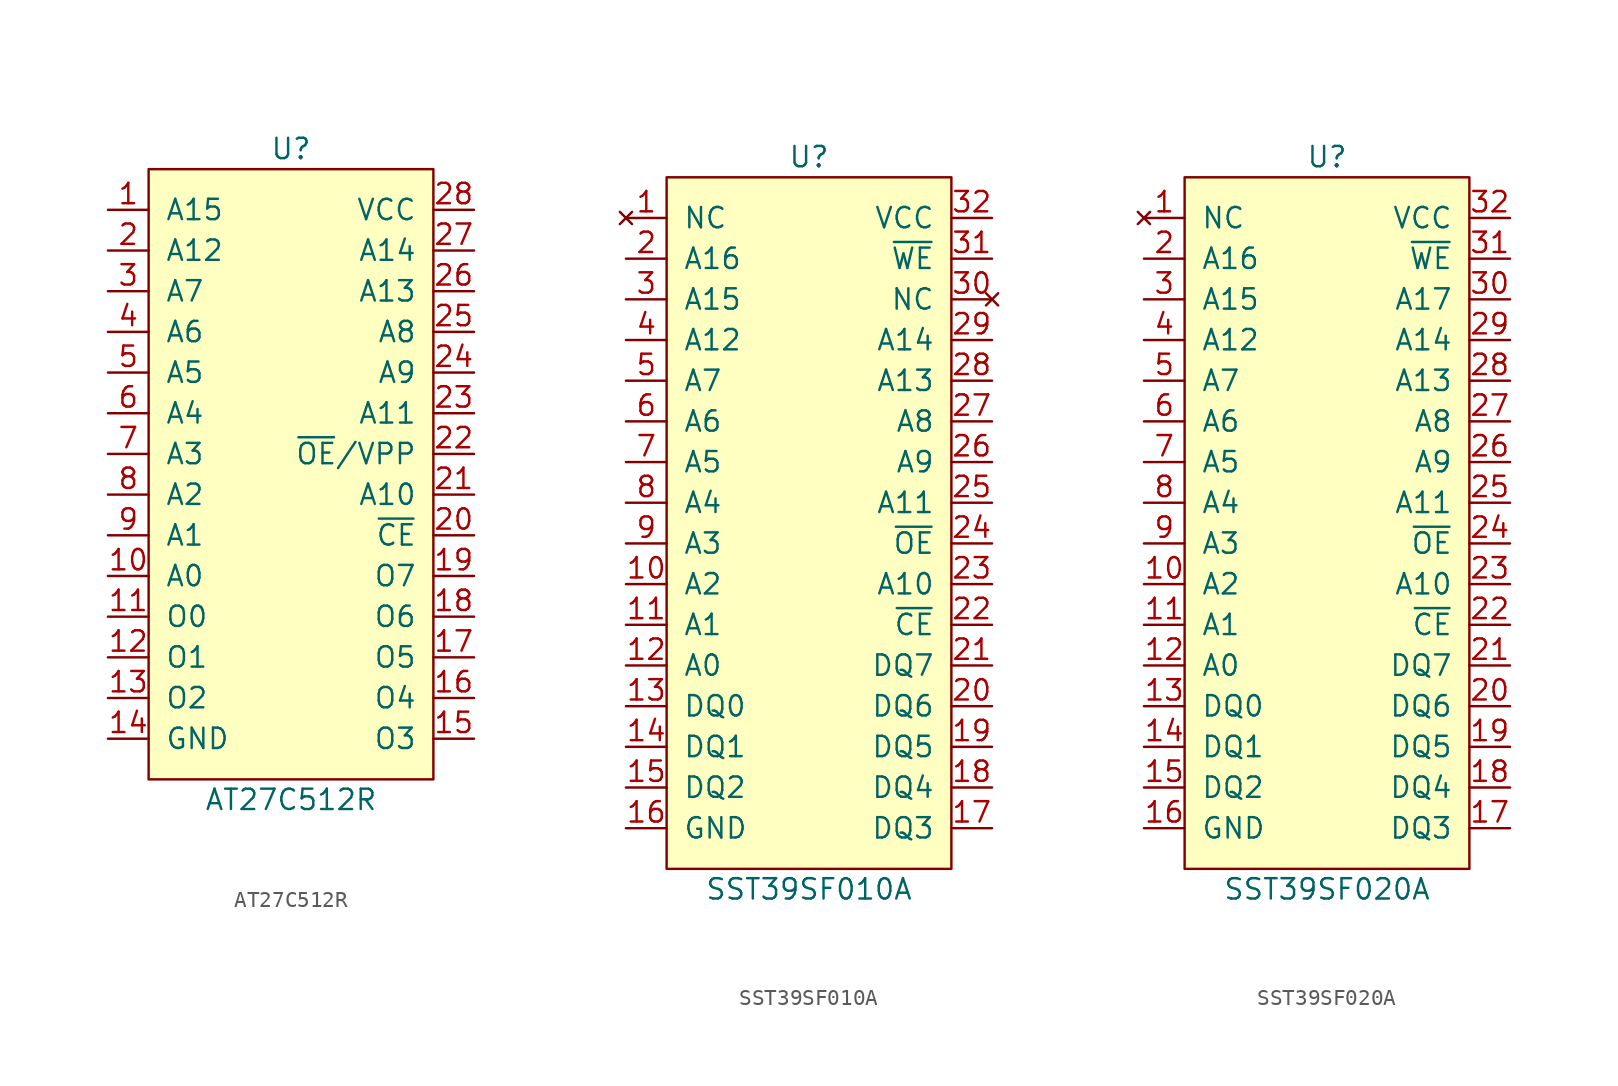
<source format=kicad_sym>
(kicad_symbol_lib
  (version 20211014)
  (generator kicad_symbol_editor)
  (symbol "AT27C512R"
    (pin_names
      (offset 1.016))
    (property "Reference" "U"
      (at 0 20.32 0)
      (effects (font (size 1.27 1.27))))
    (property "Value" "AT27C512R"
      (at 0 -20.32 0)
      (effects (font (size 1.27 1.27))))
    (symbol "AT27C512R_1_1"
      (rectangle (start -8.89 19.05) (end 8.89 -19.05) (stroke (width 0) (type default) (color 0 0 0 0)) (fill (type background)))
      (pin input line (at -11.43 16.51 0) (length 2.54) (name "A15" (effects (font (size 1.27 1.27)))) (number "1" (effects (font (size 1.27 1.27)))))
      (pin input line (at -11.43 -6.35 0) (length 2.54) (name "A0" (effects (font (size 1.27 1.27)))) (number "10" (effects (font (size 1.27 1.27)))))
      (pin output line (at -11.43 -8.89 0) (length 2.54) (name "O0" (effects (font (size 1.27 1.27)))) (number "11" (effects (font (size 1.27 1.27)))))
      (pin output line (at -11.43 -11.43 0) (length 2.54) (name "O1" (effects (font (size 1.27 1.27)))) (number "12" (effects (font (size 1.27 1.27)))))
      (pin output line (at -11.43 -13.97 0) (length 2.54) (name "O2" (effects (font (size 1.27 1.27)))) (number "13" (effects (font (size 1.27 1.27)))))
      (pin power_in line (at -11.43 -16.51 0) (length 2.54) (name "GND" (effects (font (size 1.27 1.27)))) (number "14" (effects (font (size 1.27 1.27)))))
      (pin output line (at 11.43 -16.51 180) (length 2.54) (name "O3" (effects (font (size 1.27 1.27)))) (number "15" (effects (font (size 1.27 1.27)))))
      (pin output line (at 11.43 -13.97 180) (length 2.54) (name "O4" (effects (font (size 1.27 1.27)))) (number "16" (effects (font (size 1.27 1.27)))))
      (pin output line (at 11.43 -11.43 180) (length 2.54) (name "O5" (effects (font (size 1.27 1.27)))) (number "17" (effects (font (size 1.27 1.27)))))
      (pin output line (at 11.43 -8.89 180) (length 2.54) (name "O6" (effects (font (size 1.27 1.27)))) (number "18" (effects (font (size 1.27 1.27)))))
      (pin output line (at 11.43 -6.35 180) (length 2.54) (name "O7" (effects (font (size 1.27 1.27)))) (number "19" (effects (font (size 1.27 1.27)))))
      (pin input line (at -11.43 13.97 0) (length 2.54) (name "A12" (effects (font (size 1.27 1.27)))) (number "2" (effects (font (size 1.27 1.27)))))
      (pin input line (at 11.43 -3.81 180) (length 2.54) (name "~{CE}" (effects (font (size 1.27 1.27)))) (number "20" (effects (font (size 1.27 1.27)))))
      (pin input line (at 11.43 -1.27 180) (length 2.54) (name "A10" (effects (font (size 1.27 1.27)))) (number "21" (effects (font (size 1.27 1.27)))))
      (pin input line (at 11.43 1.27 180) (length 2.54) (name "~{OE}/VPP" (effects (font (size 1.27 1.27)))) (number "22" (effects (font (size 1.27 1.27)))))
      (pin input line (at 11.43 3.81 180) (length 2.54) (name "A11" (effects (font (size 1.27 1.27)))) (number "23" (effects (font (size 1.27 1.27)))))
      (pin input line (at 11.43 6.35 180) (length 2.54) (name "A9" (effects (font (size 1.27 1.27)))) (number "24" (effects (font (size 1.27 1.27)))))
      (pin input line (at 11.43 8.89 180) (length 2.54) (name "A8" (effects (font (size 1.27 1.27)))) (number "25" (effects (font (size 1.27 1.27)))))
      (pin input line (at 11.43 11.43 180) (length 2.54) (name "A13" (effects (font (size 1.27 1.27)))) (number "26" (effects (font (size 1.27 1.27)))))
      (pin input line (at 11.43 13.97 180) (length 2.54) (name "A14" (effects (font (size 1.27 1.27)))) (number "27" (effects (font (size 1.27 1.27)))))
      (pin power_in line (at 11.43 16.51 180) (length 2.54) (name "VCC" (effects (font (size 1.27 1.27)))) (number "28" (effects (font (size 1.27 1.27)))))
      (pin input line (at -11.43 11.43 0) (length 2.54) (name "A7" (effects (font (size 1.27 1.27)))) (number "3" (effects (font (size 1.27 1.27)))))
      (pin input line (at -11.43 8.89 0) (length 2.54) (name "A6" (effects (font (size 1.27 1.27)))) (number "4" (effects (font (size 1.27 1.27)))))
      (pin input line (at -11.43 6.35 0) (length 2.54) (name "A5" (effects (font (size 1.27 1.27)))) (number "5" (effects (font (size 1.27 1.27)))))
      (pin input line (at -11.43 3.81 0) (length 2.54) (name "A4" (effects (font (size 1.27 1.27)))) (number "6" (effects (font (size 1.27 1.27)))))
      (pin input line (at -11.43 1.27 0) (length 2.54) (name "A3" (effects (font (size 1.27 1.27)))) (number "7" (effects (font (size 1.27 1.27)))))
      (pin input line (at -11.43 -1.27 0) (length 2.54) (name "A2" (effects (font (size 1.27 1.27)))) (number "8" (effects (font (size 1.27 1.27)))))
      (pin input line (at -11.43 -3.81 0) (length 2.54) (name "A1" (effects (font (size 1.27 1.27)))) (number "9" (effects (font (size 1.27 1.27)))))))
  (symbol "SST39SF010A"
    (pin_names
      (offset 1.016))
    (property "Reference" "U"
      (at 0 22.86 0)
      (effects (font (size 1.27 1.27))))
    (property "Value" "SST39SF010A"
      (at 0 -22.86 0)
      (effects (font (size 1.27 1.27))))
    (symbol "SST39SF010A_1_1"
      (rectangle (start -8.89 21.59) (end 8.89 -21.59) (stroke (width 0) (type default) (color 0 0 0 0)) (fill (type background)))
      (pin no_connect line (at -11.43 19.05 0) (length 2.54) (name "NC" (effects (font (size 1.27 1.27)))) (number "1" (effects (font (size 1.27 1.27)))))
      (pin input line (at -11.43 -3.81 0) (length 2.54) (name "A2" (effects (font (size 1.27 1.27)))) (number "10" (effects (font (size 1.27 1.27)))))
      (pin input line (at -11.43 -6.35 0) (length 2.54) (name "A1" (effects (font (size 1.27 1.27)))) (number "11" (effects (font (size 1.27 1.27)))))
      (pin input line (at -11.43 -8.89 0) (length 2.54) (name "A0" (effects (font (size 1.27 1.27)))) (number "12" (effects (font (size 1.27 1.27)))))
      (pin bidirectional line (at -11.43 -11.43 0) (length 2.54) (name "DQ0" (effects (font (size 1.27 1.27)))) (number "13" (effects (font (size 1.27 1.27)))))
      (pin bidirectional line (at -11.43 -13.97 0) (length 2.54) (name "DQ1" (effects (font (size 1.27 1.27)))) (number "14" (effects (font (size 1.27 1.27)))))
      (pin bidirectional line (at -11.43 -16.51 0) (length 2.54) (name "DQ2" (effects (font (size 1.27 1.27)))) (number "15" (effects (font (size 1.27 1.27)))))
      (pin power_in line (at -11.43 -19.05 0) (length 2.54) (name "GND" (effects (font (size 1.27 1.27)))) (number "16" (effects (font (size 1.27 1.27)))))
      (pin bidirectional line (at 11.43 -19.05 180) (length 2.54) (name "DQ3" (effects (font (size 1.27 1.27)))) (number "17" (effects (font (size 1.27 1.27)))))
      (pin bidirectional line (at 11.43 -16.51 180) (length 2.54) (name "DQ4" (effects (font (size 1.27 1.27)))) (number "18" (effects (font (size 1.27 1.27)))))
      (pin bidirectional line (at 11.43 -13.97 180) (length 2.54) (name "DQ5" (effects (font (size 1.27 1.27)))) (number "19" (effects (font (size 1.27 1.27)))))
      (pin input line (at -11.43 16.51 0) (length 2.54) (name "A16" (effects (font (size 1.27 1.27)))) (number "2" (effects (font (size 1.27 1.27)))))
      (pin bidirectional line (at 11.43 -11.43 180) (length 2.54) (name "DQ6" (effects (font (size 1.27 1.27)))) (number "20" (effects (font (size 1.27 1.27)))))
      (pin bidirectional line (at 11.43 -8.89 180) (length 2.54) (name "DQ7" (effects (font (size 1.27 1.27)))) (number "21" (effects (font (size 1.27 1.27)))))
      (pin input line (at 11.43 -6.35 180) (length 2.54) (name "~{CE}" (effects (font (size 1.27 1.27)))) (number "22" (effects (font (size 1.27 1.27)))))
      (pin input line (at 11.43 -3.81 180) (length 2.54) (name "A10" (effects (font (size 1.27 1.27)))) (number "23" (effects (font (size 1.27 1.27)))))
      (pin input line (at 11.43 -1.27 180) (length 2.54) (name "~{OE}" (effects (font (size 1.27 1.27)))) (number "24" (effects (font (size 1.27 1.27)))))
      (pin input line (at 11.43 1.27 180) (length 2.54) (name "A11" (effects (font (size 1.27 1.27)))) (number "25" (effects (font (size 1.27 1.27)))))
      (pin input line (at 11.43 3.81 180) (length 2.54) (name "A9" (effects (font (size 1.27 1.27)))) (number "26" (effects (font (size 1.27 1.27)))))
      (pin input line (at 11.43 6.35 180) (length 2.54) (name "A8" (effects (font (size 1.27 1.27)))) (number "27" (effects (font (size 1.27 1.27)))))
      (pin input line (at 11.43 8.89 180) (length 2.54) (name "A13" (effects (font (size 1.27 1.27)))) (number "28" (effects (font (size 1.27 1.27)))))
      (pin input line (at 11.43 11.43 180) (length 2.54) (name "A14" (effects (font (size 1.27 1.27)))) (number "29" (effects (font (size 1.27 1.27)))))
      (pin input line (at -11.43 13.97 0) (length 2.54) (name "A15" (effects (font (size 1.27 1.27)))) (number "3" (effects (font (size 1.27 1.27)))))
      (pin no_connect line (at 11.43 13.97 180) (length 2.54) (name "NC" (effects (font (size 1.27 1.27)))) (number "30" (effects (font (size 1.27 1.27)))))
      (pin input line (at 11.43 16.51 180) (length 2.54) (name "~{WE}" (effects (font (size 1.27 1.27)))) (number "31" (effects (font (size 1.27 1.27)))))
      (pin power_in line (at 11.43 19.05 180) (length 2.54) (name "VCC" (effects (font (size 1.27 1.27)))) (number "32" (effects (font (size 1.27 1.27)))))
      (pin input line (at -11.43 11.43 0) (length 2.54) (name "A12" (effects (font (size 1.27 1.27)))) (number "4" (effects (font (size 1.27 1.27)))))
      (pin input line (at -11.43 8.89 0) (length 2.54) (name "A7" (effects (font (size 1.27 1.27)))) (number "5" (effects (font (size 1.27 1.27)))))
      (pin input line (at -11.43 6.35 0) (length 2.54) (name "A6" (effects (font (size 1.27 1.27)))) (number "6" (effects (font (size 1.27 1.27)))))
      (pin input line (at -11.43 3.81 0) (length 2.54) (name "A5" (effects (font (size 1.27 1.27)))) (number "7" (effects (font (size 1.27 1.27)))))
      (pin input line (at -11.43 1.27 0) (length 2.54) (name "A4" (effects (font (size 1.27 1.27)))) (number "8" (effects (font (size 1.27 1.27)))))
      (pin input line (at -11.43 -1.27 0) (length 2.54) (name "A3" (effects (font (size 1.27 1.27)))) (number "9" (effects (font (size 1.27 1.27)))))))
  (symbol "SST39SF020A"
    (pin_names
      (offset 1.016))
    (property "Reference" "U"
      (at 0 22.86 0)
      (effects (font (size 1.27 1.27))))
    (property "Value" "SST39SF020A"
      (at 0 -22.86 0)
      (effects (font (size 1.27 1.27))))
    (symbol "SST39SF020A_1_1"
      (rectangle (start -8.89 21.59) (end 8.89 -21.59) (stroke (width 0) (type default) (color 0 0 0 0)) (fill (type background)))
      (pin no_connect line (at -11.43 19.05 0) (length 2.54) (name "NC" (effects (font (size 1.27 1.27)))) (number "1" (effects (font (size 1.27 1.27)))))
      (pin input line (at -11.43 -3.81 0) (length 2.54) (name "A2" (effects (font (size 1.27 1.27)))) (number "10" (effects (font (size 1.27 1.27)))))
      (pin input line (at -11.43 -6.35 0) (length 2.54) (name "A1" (effects (font (size 1.27 1.27)))) (number "11" (effects (font (size 1.27 1.27)))))
      (pin input line (at -11.43 -8.89 0) (length 2.54) (name "A0" (effects (font (size 1.27 1.27)))) (number "12" (effects (font (size 1.27 1.27)))))
      (pin bidirectional line (at -11.43 -11.43 0) (length 2.54) (name "DQ0" (effects (font (size 1.27 1.27)))) (number "13" (effects (font (size 1.27 1.27)))))
      (pin bidirectional line (at -11.43 -13.97 0) (length 2.54) (name "DQ1" (effects (font (size 1.27 1.27)))) (number "14" (effects (font (size 1.27 1.27)))))
      (pin bidirectional line (at -11.43 -16.51 0) (length 2.54) (name "DQ2" (effects (font (size 1.27 1.27)))) (number "15" (effects (font (size 1.27 1.27)))))
      (pin power_in line (at -11.43 -19.05 0) (length 2.54) (name "GND" (effects (font (size 1.27 1.27)))) (number "16" (effects (font (size 1.27 1.27)))))
      (pin bidirectional line (at 11.43 -19.05 180) (length 2.54) (name "DQ3" (effects (font (size 1.27 1.27)))) (number "17" (effects (font (size 1.27 1.27)))))
      (pin bidirectional line (at 11.43 -16.51 180) (length 2.54) (name "DQ4" (effects (font (size 1.27 1.27)))) (number "18" (effects (font (size 1.27 1.27)))))
      (pin bidirectional line (at 11.43 -13.97 180) (length 2.54) (name "DQ5" (effects (font (size 1.27 1.27)))) (number "19" (effects (font (size 1.27 1.27)))))
      (pin input line (at -11.43 16.51 0) (length 2.54) (name "A16" (effects (font (size 1.27 1.27)))) (number "2" (effects (font (size 1.27 1.27)))))
      (pin bidirectional line (at 11.43 -11.43 180) (length 2.54) (name "DQ6" (effects (font (size 1.27 1.27)))) (number "20" (effects (font (size 1.27 1.27)))))
      (pin bidirectional line (at 11.43 -8.89 180) (length 2.54) (name "DQ7" (effects (font (size 1.27 1.27)))) (number "21" (effects (font (size 1.27 1.27)))))
      (pin input line (at 11.43 -6.35 180) (length 2.54) (name "~{CE}" (effects (font (size 1.27 1.27)))) (number "22" (effects (font (size 1.27 1.27)))))
      (pin input line (at 11.43 -3.81 180) (length 2.54) (name "A10" (effects (font (size 1.27 1.27)))) (number "23" (effects (font (size 1.27 1.27)))))
      (pin input line (at 11.43 -1.27 180) (length 2.54) (name "~{OE}" (effects (font (size 1.27 1.27)))) (number "24" (effects (font (size 1.27 1.27)))))
      (pin input line (at 11.43 1.27 180) (length 2.54) (name "A11" (effects (font (size 1.27 1.27)))) (number "25" (effects (font (size 1.27 1.27)))))
      (pin input line (at 11.43 3.81 180) (length 2.54) (name "A9" (effects (font (size 1.27 1.27)))) (number "26" (effects (font (size 1.27 1.27)))))
      (pin input line (at 11.43 6.35 180) (length 2.54) (name "A8" (effects (font (size 1.27 1.27)))) (number "27" (effects (font (size 1.27 1.27)))))
      (pin input line (at 11.43 8.89 180) (length 2.54) (name "A13" (effects (font (size 1.27 1.27)))) (number "28" (effects (font (size 1.27 1.27)))))
      (pin input line (at 11.43 11.43 180) (length 2.54) (name "A14" (effects (font (size 1.27 1.27)))) (number "29" (effects (font (size 1.27 1.27)))))
      (pin input line (at -11.43 13.97 0) (length 2.54) (name "A15" (effects (font (size 1.27 1.27)))) (number "3" (effects (font (size 1.27 1.27)))))
      (pin input line (at 11.43 13.97 180) (length 2.54) (name "A17" (effects (font (size 1.27 1.27)))) (number "30" (effects (font (size 1.27 1.27)))))
      (pin input line (at 11.43 16.51 180) (length 2.54) (name "~{WE}" (effects (font (size 1.27 1.27)))) (number "31" (effects (font (size 1.27 1.27)))))
      (pin power_in line (at 11.43 19.05 180) (length 2.54) (name "VCC" (effects (font (size 1.27 1.27)))) (number "32" (effects (font (size 1.27 1.27)))))
      (pin input line (at -11.43 11.43 0) (length 2.54) (name "A12" (effects (font (size 1.27 1.27)))) (number "4" (effects (font (size 1.27 1.27)))))
      (pin input line (at -11.43 8.89 0) (length 2.54) (name "A7" (effects (font (size 1.27 1.27)))) (number "5" (effects (font (size 1.27 1.27)))))
      (pin input line (at -11.43 6.35 0) (length 2.54) (name "A6" (effects (font (size 1.27 1.27)))) (number "6" (effects (font (size 1.27 1.27)))))
      (pin input line (at -11.43 3.81 0) (length 2.54) (name "A5" (effects (font (size 1.27 1.27)))) (number "7" (effects (font (size 1.27 1.27)))))
      (pin input line (at -11.43 1.27 0) (length 2.54) (name "A4" (effects (font (size 1.27 1.27)))) (number "8" (effects (font (size 1.27 1.27)))))
      (pin input line (at -11.43 -1.27 0) (length 2.54) (name "A3" (effects (font (size 1.27 1.27)))) (number "9" (effects (font (size 1.27 1.27))))))))
</source>
